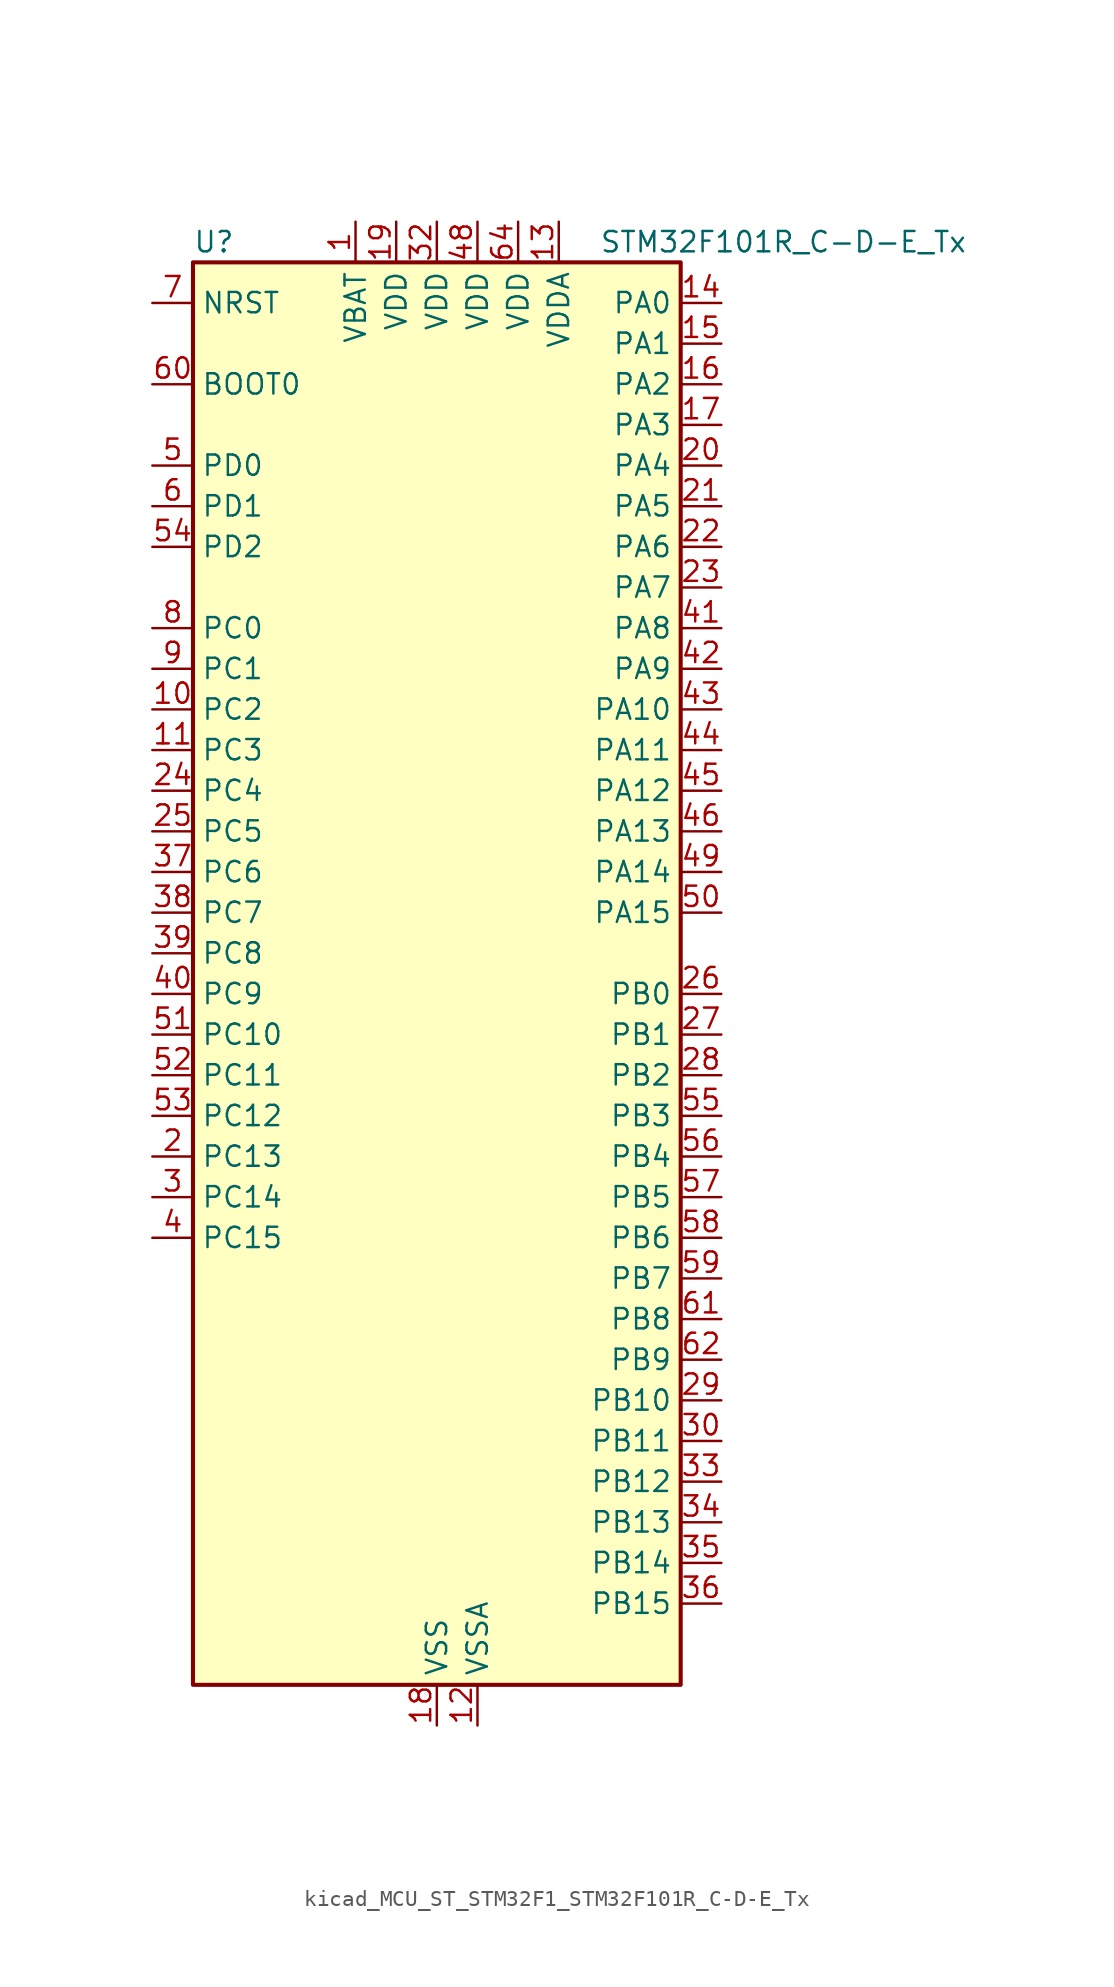
<source format=kicad_sym>
(kicad_symbol_lib
  (version 20220914)
  (generator kicad_symbol_editor)
  (symbol "kicad_MCU_ST_STM32F1_STM32F101R_C-D-E_Tx"
    (property "Reference" "U"
      (at -15.24 46.99 0)
      (effects (font (size 1.27 1.27)) (justify left)))
    (property "Value" "STM32F101R_C-D-E_Tx"
      (at 10.16 46.99 0)
      (effects (font (size 1.27 1.27)) (justify left)))
    (property "ki_locked" ""
      (at 0 0 0)
      (effects (font (size 1.27 1.27))))
    (symbol "kicad_MCU_ST_STM32F1_STM32F101R_C-D-E_Tx_0_1"
      (rectangle (start -15.24 -43.18) (end 15.24 45.72) (stroke (width 0.254) (type default)) (fill (type background))))
    (symbol "kicad_MCU_ST_STM32F1_STM32F101R_C-D-E_Tx_1_1"
      (pin power_in line (at -5.08 48.26 270) (length 2.54) (name "VBAT" (effects (font (size 1.27 1.27)))) (number "1" (effects (font (size 1.27 1.27)))))
      (pin bidirectional line (at -17.78 17.78 0) (length 2.54) (name "PC2" (effects (font (size 1.27 1.27)))) (number "10" (effects (font (size 1.27 1.27)))) (alternate "ADC1_IN12" bidirectional line))
      (pin bidirectional line (at -17.78 15.24 0) (length 2.54) (name "PC3" (effects (font (size 1.27 1.27)))) (number "11" (effects (font (size 1.27 1.27)))) (alternate "ADC1_IN13" bidirectional line))
      (pin power_in line (at 2.54 -45.72 90) (length 2.54) (name "VSSA" (effects (font (size 1.27 1.27)))) (number "12" (effects (font (size 1.27 1.27)))))
      (pin power_in line (at 7.62 48.26 270) (length 2.54) (name "VDDA" (effects (font (size 1.27 1.27)))) (number "13" (effects (font (size 1.27 1.27)))))
      (pin bidirectional line (at 17.78 43.18 180) (length 2.54) (name "PA0" (effects (font (size 1.27 1.27)))) (number "14" (effects (font (size 1.27 1.27)))) (alternate "ADC1_IN0" bidirectional line) (alternate "SYS_WKUP" bidirectional line) (alternate "TIM2_CH1" bidirectional line) (alternate "TIM2_ETR" bidirectional line) (alternate "TIM5_CH1" bidirectional line) (alternate "USART2_CTS" bidirectional line))
      (pin bidirectional line (at 17.78 40.64 180) (length 2.54) (name "PA1" (effects (font (size 1.27 1.27)))) (number "15" (effects (font (size 1.27 1.27)))) (alternate "ADC1_IN1" bidirectional line) (alternate "TIM2_CH2" bidirectional line) (alternate "TIM5_CH2" bidirectional line) (alternate "USART2_RTS" bidirectional line))
      (pin bidirectional line (at 17.78 38.1 180) (length 2.54) (name "PA2" (effects (font (size 1.27 1.27)))) (number "16" (effects (font (size 1.27 1.27)))) (alternate "ADC1_IN2" bidirectional line) (alternate "TIM2_CH3" bidirectional line) (alternate "TIM5_CH3" bidirectional line) (alternate "USART2_TX" bidirectional line))
      (pin bidirectional line (at 17.78 35.56 180) (length 2.54) (name "PA3" (effects (font (size 1.27 1.27)))) (number "17" (effects (font (size 1.27 1.27)))) (alternate "ADC1_IN3" bidirectional line) (alternate "TIM2_CH4" bidirectional line) (alternate "TIM5_CH4" bidirectional line) (alternate "USART2_RX" bidirectional line))
      (pin power_in line (at 0 -45.72 90) (length 2.54) (name "VSS" (effects (font (size 1.27 1.27)))) (number "18" (effects (font (size 1.27 1.27)))))
      (pin power_in line (at -2.54 48.26 270) (length 2.54) (name "VDD" (effects (font (size 1.27 1.27)))) (number "19" (effects (font (size 1.27 1.27)))))
      (pin bidirectional line (at -17.78 -10.16 0) (length 2.54) (name "PC13" (effects (font (size 1.27 1.27)))) (number "2" (effects (font (size 1.27 1.27)))) (alternate "RTC_OUT" bidirectional line) (alternate "RTC_TAMPER" bidirectional line))
      (pin bidirectional line (at 17.78 33.02 180) (length 2.54) (name "PA4" (effects (font (size 1.27 1.27)))) (number "20" (effects (font (size 1.27 1.27)))) (alternate "ADC1_IN4" bidirectional line) (alternate "DAC_OUT1" bidirectional line) (alternate "SPI1_NSS" bidirectional line) (alternate "USART2_CK" bidirectional line))
      (pin bidirectional line (at 17.78 30.48 180) (length 2.54) (name "PA5" (effects (font (size 1.27 1.27)))) (number "21" (effects (font (size 1.27 1.27)))) (alternate "ADC1_IN5" bidirectional line) (alternate "DAC_OUT2" bidirectional line) (alternate "SPI1_SCK" bidirectional line))
      (pin bidirectional line (at 17.78 27.94 180) (length 2.54) (name "PA6" (effects (font (size 1.27 1.27)))) (number "22" (effects (font (size 1.27 1.27)))) (alternate "ADC1_IN6" bidirectional line) (alternate "SPI1_MISO" bidirectional line) (alternate "TIM3_CH1" bidirectional line))
      (pin bidirectional line (at 17.78 25.4 180) (length 2.54) (name "PA7" (effects (font (size 1.27 1.27)))) (number "23" (effects (font (size 1.27 1.27)))) (alternate "ADC1_IN7" bidirectional line) (alternate "SPI1_MOSI" bidirectional line) (alternate "TIM3_CH2" bidirectional line))
      (pin bidirectional line (at -17.78 12.7 0) (length 2.54) (name "PC4" (effects (font (size 1.27 1.27)))) (number "24" (effects (font (size 1.27 1.27)))) (alternate "ADC1_IN14" bidirectional line))
      (pin bidirectional line (at -17.78 10.16 0) (length 2.54) (name "PC5" (effects (font (size 1.27 1.27)))) (number "25" (effects (font (size 1.27 1.27)))) (alternate "ADC1_IN15" bidirectional line))
      (pin bidirectional line (at 17.78 0 180) (length 2.54) (name "PB0" (effects (font (size 1.27 1.27)))) (number "26" (effects (font (size 1.27 1.27)))) (alternate "ADC1_IN8" bidirectional line) (alternate "TIM3_CH3" bidirectional line))
      (pin bidirectional line (at 17.78 -2.54 180) (length 2.54) (name "PB1" (effects (font (size 1.27 1.27)))) (number "27" (effects (font (size 1.27 1.27)))) (alternate "ADC1_IN9" bidirectional line) (alternate "TIM3_CH4" bidirectional line))
      (pin bidirectional line (at 17.78 -5.08 180) (length 2.54) (name "PB2" (effects (font (size 1.27 1.27)))) (number "28" (effects (font (size 1.27 1.27)))))
      (pin bidirectional line (at 17.78 -25.4 180) (length 2.54) (name "PB10" (effects (font (size 1.27 1.27)))) (number "29" (effects (font (size 1.27 1.27)))) (alternate "I2C2_SCL" bidirectional line) (alternate "TIM2_CH3" bidirectional line) (alternate "USART3_TX" bidirectional line))
      (pin bidirectional line (at -17.78 -12.7 0) (length 2.54) (name "PC14" (effects (font (size 1.27 1.27)))) (number "3" (effects (font (size 1.27 1.27)))) (alternate "RCC_OSC32_IN" bidirectional line))
      (pin bidirectional line (at 17.78 -27.94 180) (length 2.54) (name "PB11" (effects (font (size 1.27 1.27)))) (number "30" (effects (font (size 1.27 1.27)))) (alternate "ADC1_EXTI11" bidirectional line) (alternate "I2C2_SDA" bidirectional line) (alternate "TIM2_CH4" bidirectional line) (alternate "USART3_RX" bidirectional line))
      (pin passive line (at 0 -45.72 90) (length 2.54) hide (name "VSS" (effects (font (size 1.27 1.27)))) (number "31" (effects (font (size 1.27 1.27)))))
      (pin power_in line (at 0 48.26 270) (length 2.54) (name "VDD" (effects (font (size 1.27 1.27)))) (number "32" (effects (font (size 1.27 1.27)))))
      (pin bidirectional line (at 17.78 -30.48 180) (length 2.54) (name "PB12" (effects (font (size 1.27 1.27)))) (number "33" (effects (font (size 1.27 1.27)))) (alternate "I2C2_SMBA" bidirectional line) (alternate "SPI2_NSS" bidirectional line) (alternate "USART3_CK" bidirectional line))
      (pin bidirectional line (at 17.78 -33.02 180) (length 2.54) (name "PB13" (effects (font (size 1.27 1.27)))) (number "34" (effects (font (size 1.27 1.27)))) (alternate "SPI2_SCK" bidirectional line) (alternate "USART3_CTS" bidirectional line))
      (pin bidirectional line (at 17.78 -35.56 180) (length 2.54) (name "PB14" (effects (font (size 1.27 1.27)))) (number "35" (effects (font (size 1.27 1.27)))) (alternate "SPI2_MISO" bidirectional line) (alternate "USART3_RTS" bidirectional line))
      (pin bidirectional line (at 17.78 -38.1 180) (length 2.54) (name "PB15" (effects (font (size 1.27 1.27)))) (number "36" (effects (font (size 1.27 1.27)))) (alternate "ADC1_EXTI15" bidirectional line) (alternate "SPI2_MOSI" bidirectional line))
      (pin bidirectional line (at -17.78 7.62 0) (length 2.54) (name "PC6" (effects (font (size 1.27 1.27)))) (number "37" (effects (font (size 1.27 1.27)))) (alternate "TIM3_CH1" bidirectional line))
      (pin bidirectional line (at -17.78 5.08 0) (length 2.54) (name "PC7" (effects (font (size 1.27 1.27)))) (number "38" (effects (font (size 1.27 1.27)))) (alternate "TIM3_CH2" bidirectional line))
      (pin bidirectional line (at -17.78 2.54 0) (length 2.54) (name "PC8" (effects (font (size 1.27 1.27)))) (number "39" (effects (font (size 1.27 1.27)))) (alternate "TIM3_CH3" bidirectional line))
      (pin bidirectional line (at -17.78 -15.24 0) (length 2.54) (name "PC15" (effects (font (size 1.27 1.27)))) (number "4" (effects (font (size 1.27 1.27)))) (alternate "ADC1_EXTI15" bidirectional line) (alternate "RCC_OSC32_OUT" bidirectional line))
      (pin bidirectional line (at -17.78 0 0) (length 2.54) (name "PC9" (effects (font (size 1.27 1.27)))) (number "40" (effects (font (size 1.27 1.27)))) (alternate "DAC_EXTI9" bidirectional line) (alternate "TIM3_CH4" bidirectional line))
      (pin bidirectional line (at 17.78 22.86 180) (length 2.54) (name "PA8" (effects (font (size 1.27 1.27)))) (number "41" (effects (font (size 1.27 1.27)))) (alternate "RCC_MCO" bidirectional line) (alternate "USART1_CK" bidirectional line))
      (pin bidirectional line (at 17.78 20.32 180) (length 2.54) (name "PA9" (effects (font (size 1.27 1.27)))) (number "42" (effects (font (size 1.27 1.27)))) (alternate "DAC_EXTI9" bidirectional line) (alternate "USART1_TX" bidirectional line))
      (pin bidirectional line (at 17.78 17.78 180) (length 2.54) (name "PA10" (effects (font (size 1.27 1.27)))) (number "43" (effects (font (size 1.27 1.27)))) (alternate "USART1_RX" bidirectional line))
      (pin bidirectional line (at 17.78 15.24 180) (length 2.54) (name "PA11" (effects (font (size 1.27 1.27)))) (number "44" (effects (font (size 1.27 1.27)))) (alternate "ADC1_EXTI11" bidirectional line) (alternate "USART1_CTS" bidirectional line))
      (pin bidirectional line (at 17.78 12.7 180) (length 2.54) (name "PA12" (effects (font (size 1.27 1.27)))) (number "45" (effects (font (size 1.27 1.27)))) (alternate "USART1_RTS" bidirectional line))
      (pin bidirectional line (at 17.78 10.16 180) (length 2.54) (name "PA13" (effects (font (size 1.27 1.27)))) (number "46" (effects (font (size 1.27 1.27)))) (alternate "SYS_JTMS-SWDIO" bidirectional line))
      (pin passive line (at 0 -45.72 90) (length 2.54) hide (name "VSS" (effects (font (size 1.27 1.27)))) (number "47" (effects (font (size 1.27 1.27)))))
      (pin power_in line (at 2.54 48.26 270) (length 2.54) (name "VDD" (effects (font (size 1.27 1.27)))) (number "48" (effects (font (size 1.27 1.27)))))
      (pin bidirectional line (at 17.78 7.62 180) (length 2.54) (name "PA14" (effects (font (size 1.27 1.27)))) (number "49" (effects (font (size 1.27 1.27)))) (alternate "SYS_JTCK-SWCLK" bidirectional line))
      (pin bidirectional line (at -17.78 33.02 0) (length 2.54) (name "PD0" (effects (font (size 1.27 1.27)))) (number "5" (effects (font (size 1.27 1.27)))) (alternate "RCC_OSC_IN" bidirectional line))
      (pin bidirectional line (at 17.78 5.08 180) (length 2.54) (name "PA15" (effects (font (size 1.27 1.27)))) (number "50" (effects (font (size 1.27 1.27)))) (alternate "ADC1_EXTI15" bidirectional line) (alternate "SPI1_NSS" bidirectional line) (alternate "SPI3_NSS" bidirectional line) (alternate "SYS_JTDI" bidirectional line) (alternate "TIM2_CH1" bidirectional line) (alternate "TIM2_ETR" bidirectional line))
      (pin bidirectional line (at -17.78 -2.54 0) (length 2.54) (name "PC10" (effects (font (size 1.27 1.27)))) (number "51" (effects (font (size 1.27 1.27)))) (alternate "UART4_TX" bidirectional line) (alternate "USART3_TX" bidirectional line))
      (pin bidirectional line (at -17.78 -5.08 0) (length 2.54) (name "PC11" (effects (font (size 1.27 1.27)))) (number "52" (effects (font (size 1.27 1.27)))) (alternate "ADC1_EXTI11" bidirectional line) (alternate "UART4_RX" bidirectional line) (alternate "USART3_RX" bidirectional line))
      (pin bidirectional line (at -17.78 -7.62 0) (length 2.54) (name "PC12" (effects (font (size 1.27 1.27)))) (number "53" (effects (font (size 1.27 1.27)))) (alternate "UART5_TX" bidirectional line) (alternate "USART3_CK" bidirectional line))
      (pin bidirectional line (at -17.78 27.94 0) (length 2.54) (name "PD2" (effects (font (size 1.27 1.27)))) (number "54" (effects (font (size 1.27 1.27)))) (alternate "TIM3_ETR" bidirectional line) (alternate "UART5_RX" bidirectional line))
      (pin bidirectional line (at 17.78 -7.62 180) (length 2.54) (name "PB3" (effects (font (size 1.27 1.27)))) (number "55" (effects (font (size 1.27 1.27)))) (alternate "SPI1_SCK" bidirectional line) (alternate "SPI3_SCK" bidirectional line) (alternate "SYS_JTDO-TRACESWO" bidirectional line) (alternate "TIM2_CH2" bidirectional line))
      (pin bidirectional line (at 17.78 -10.16 180) (length 2.54) (name "PB4" (effects (font (size 1.27 1.27)))) (number "56" (effects (font (size 1.27 1.27)))) (alternate "SPI1_MISO" bidirectional line) (alternate "SPI3_MISO" bidirectional line) (alternate "SYS_NJTRST" bidirectional line) (alternate "TIM3_CH1" bidirectional line))
      (pin bidirectional line (at 17.78 -12.7 180) (length 2.54) (name "PB5" (effects (font (size 1.27 1.27)))) (number "57" (effects (font (size 1.27 1.27)))) (alternate "I2C1_SMBA" bidirectional line) (alternate "SPI1_MOSI" bidirectional line) (alternate "SPI3_MOSI" bidirectional line) (alternate "TIM3_CH2" bidirectional line))
      (pin bidirectional line (at 17.78 -15.24 180) (length 2.54) (name "PB6" (effects (font (size 1.27 1.27)))) (number "58" (effects (font (size 1.27 1.27)))) (alternate "I2C1_SCL" bidirectional line) (alternate "TIM4_CH1" bidirectional line) (alternate "USART1_TX" bidirectional line))
      (pin bidirectional line (at 17.78 -17.78 180) (length 2.54) (name "PB7" (effects (font (size 1.27 1.27)))) (number "59" (effects (font (size 1.27 1.27)))) (alternate "I2C1_SDA" bidirectional line) (alternate "TIM4_CH2" bidirectional line) (alternate "USART1_RX" bidirectional line))
      (pin bidirectional line (at -17.78 30.48 0) (length 2.54) (name "PD1" (effects (font (size 1.27 1.27)))) (number "6" (effects (font (size 1.27 1.27)))) (alternate "RCC_OSC_OUT" bidirectional line))
      (pin input line (at -17.78 38.1 0) (length 2.54) (name "BOOT0" (effects (font (size 1.27 1.27)))) (number "60" (effects (font (size 1.27 1.27)))))
      (pin bidirectional line (at 17.78 -20.32 180) (length 2.54) (name "PB8" (effects (font (size 1.27 1.27)))) (number "61" (effects (font (size 1.27 1.27)))) (alternate "I2C1_SCL" bidirectional line) (alternate "TIM4_CH3" bidirectional line))
      (pin bidirectional line (at 17.78 -22.86 180) (length 2.54) (name "PB9" (effects (font (size 1.27 1.27)))) (number "62" (effects (font (size 1.27 1.27)))) (alternate "DAC_EXTI9" bidirectional line) (alternate "I2C1_SDA" bidirectional line) (alternate "TIM4_CH4" bidirectional line))
      (pin passive line (at 0 -45.72 90) (length 2.54) hide (name "VSS" (effects (font (size 1.27 1.27)))) (number "63" (effects (font (size 1.27 1.27)))))
      (pin power_in line (at 5.08 48.26 270) (length 2.54) (name "VDD" (effects (font (size 1.27 1.27)))) (number "64" (effects (font (size 1.27 1.27)))))
      (pin input line (at -17.78 43.18 0) (length 2.54) (name "NRST" (effects (font (size 1.27 1.27)))) (number "7" (effects (font (size 1.27 1.27)))))
      (pin bidirectional line (at -17.78 22.86 0) (length 2.54) (name "PC0" (effects (font (size 1.27 1.27)))) (number "8" (effects (font (size 1.27 1.27)))) (alternate "ADC1_IN10" bidirectional line))
      (pin bidirectional line (at -17.78 20.32 0) (length 2.54) (name "PC1" (effects (font (size 1.27 1.27)))) (number "9" (effects (font (size 1.27 1.27)))) (alternate "ADC1_IN11" bidirectional line)))))
</source>
